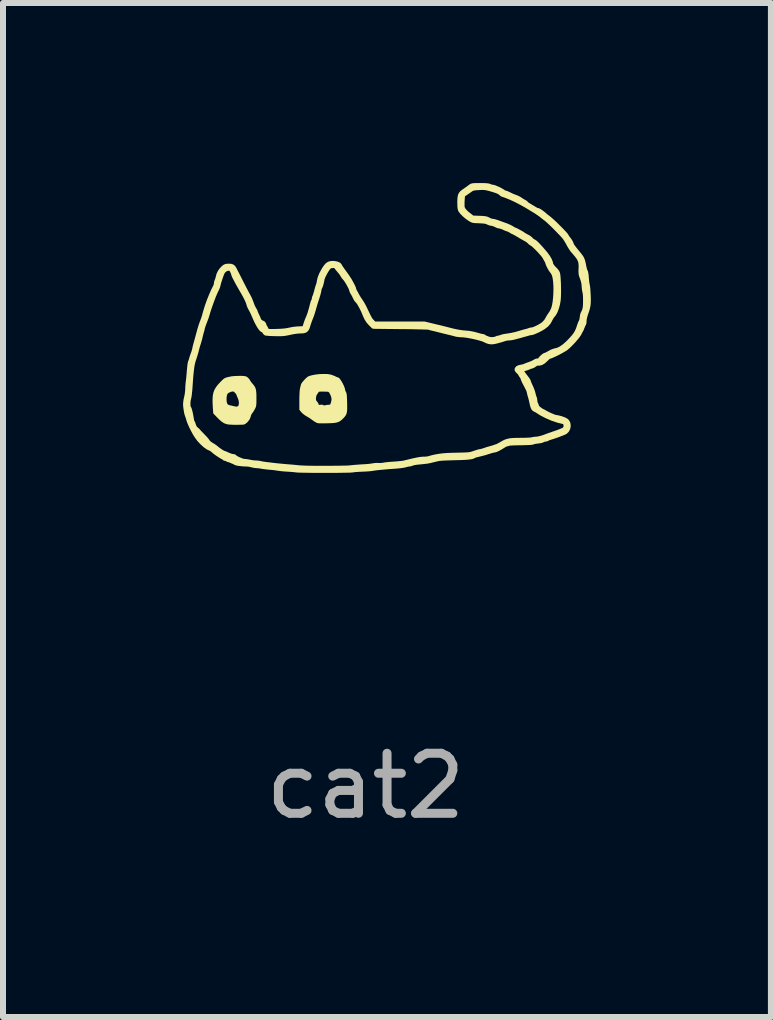
<source format=kicad_pcb>
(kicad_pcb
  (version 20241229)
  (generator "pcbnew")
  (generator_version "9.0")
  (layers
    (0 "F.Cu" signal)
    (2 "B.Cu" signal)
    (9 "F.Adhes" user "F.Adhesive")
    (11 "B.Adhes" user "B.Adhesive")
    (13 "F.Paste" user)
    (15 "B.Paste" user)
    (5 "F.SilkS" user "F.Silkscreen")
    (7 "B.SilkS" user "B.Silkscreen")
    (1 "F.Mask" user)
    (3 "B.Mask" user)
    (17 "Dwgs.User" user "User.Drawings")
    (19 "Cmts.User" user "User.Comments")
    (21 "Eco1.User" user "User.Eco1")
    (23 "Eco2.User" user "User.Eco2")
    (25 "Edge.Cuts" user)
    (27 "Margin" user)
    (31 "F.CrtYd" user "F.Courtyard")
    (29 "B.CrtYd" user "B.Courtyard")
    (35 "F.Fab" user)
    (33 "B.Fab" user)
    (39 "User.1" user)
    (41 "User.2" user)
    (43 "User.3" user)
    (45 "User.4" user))
  (footprint "cat2"
    (layer "F.Cu")
    (at 3.041 7.544)
    (property "Reference" "cat2" (at 0 -0.5 0) (unlocked yes) (layer "Eco2.User") (effects (font (size 1 1) (thickness 0.15))))
    (attr smd)
    (fp_line (start 2.639 -7.206) (end 2.893 -7.052) (stroke (width 0.1) (type solid)) (layer "F.SilkS"))
    (fp_poly (pts (xy -2.062 -4.332) (xy -2.03 -4.33) (xy -2.007 -4.327) (xy -1.99 -4.322) (xy -1.975 -4.314) (xy -1.972 -4.312) (xy -1.949 -4.291) (xy -1.931 -4.268) (xy -1.929 -4.264) (xy -1.915 -4.241) (xy -1.895 -4.214) (xy -1.888 -4.206) (xy -1.862 -4.176) (xy -1.844 -4.148) (xy -1.831 -4.118) (xy -1.824 -4.081) (xy -1.82 -4.035) (xy -1.819 -3.976) (xy -1.819 -3.963) (xy -1.819 -3.911) (xy -1.82 -3.873) (xy -1.822 -3.845) (xy -1.826 -3.824) (xy -1.832 -3.806) (xy -1.841 -3.787) (xy -1.841 -3.786) (xy -1.859 -3.754) (xy -1.878 -3.724) (xy -1.888 -3.712) (xy -1.906 -3.683) (xy -1.916 -3.65) (xy -1.917 -3.647) (xy -1.927 -3.618) (xy -1.947 -3.587) (xy -1.973 -3.557) (xy -2.001 -3.534) (xy -2.027 -3.521) (xy -2.034 -3.52) (xy -2.083 -3.518) (xy -2.137 -3.517) (xy -2.191 -3.517) (xy -2.238 -3.519) (xy -2.274 -3.521) (xy -2.28 -3.521) (xy -2.32 -3.529) (xy -2.357 -3.543) (xy -2.394 -3.566) (xy -2.435 -3.601) (xy -2.47 -3.636) (xy -2.538 -3.706) (xy -2.544 -3.783) (xy -2.549 -3.87) (xy -2.55 -3.934) (xy -2.317 -3.934) (xy -2.314 -3.899) (xy -2.308 -3.877) (xy -2.3 -3.861) (xy -2.287 -3.851) (xy -2.265 -3.843) (xy -2.241 -3.838) (xy -2.21 -3.831) (xy -2.187 -3.826) (xy -2.176 -3.823) (xy -2.145 -3.819) (xy -2.124 -3.83) (xy -2.116 -3.843) (xy -2.11 -3.881) (xy -2.117 -3.927) (xy -2.135 -3.974) (xy -2.146 -3.999) (xy -2.152 -4.016) (xy -2.153 -4.02) (xy -2.159 -4.031) (xy -2.174 -4.047) (xy -2.178 -4.052) (xy -2.194 -4.067) (xy -2.207 -4.072) (xy -2.225 -4.071) (xy -2.246 -4.065) (xy -2.275 -4.053) (xy -2.297 -4.038) (xy -2.302 -4.032) (xy -2.31 -4.008) (xy -2.316 -3.973) (xy -2.317 -3.934) (xy -2.55 -3.934) (xy -2.55 -3.942) (xy -2.546 -4.002) (xy -2.536 -4.053) (xy -2.519 -4.099) (xy -2.494 -4.142) (xy -2.462 -4.184) (xy -2.428 -4.221) (xy -2.397 -4.253) (xy -2.374 -4.275) (xy -2.354 -4.29) (xy -2.334 -4.3) (xy -2.31 -4.308) (xy -2.285 -4.314) (xy -2.232 -4.325) (xy -2.174 -4.33) (xy -2.108 -4.332)) (stroke (width 0) (type solid)) (fill yes) (layer "F.SilkS"))
    (fp_poly (pts (xy -0.642 -4.363) (xy -0.597 -4.357) (xy -0.566 -4.349) (xy -0.53 -4.336) (xy -0.512 -4.328) (xy -0.485 -4.315) (xy -0.464 -4.307) (xy -0.456 -4.305) (xy -0.442 -4.297) (xy -0.425 -4.277) (xy -0.405 -4.247) (xy -0.384 -4.212) (xy -0.366 -4.175) (xy -0.352 -4.141) (xy -0.343 -4.113) (xy -0.342 -4.103) (xy -0.337 -4.082) (xy -0.327 -4.062) (xy -0.321 -4.05) (xy -0.317 -4.033) (xy -0.313 -4.007) (xy -0.311 -3.97) (xy -0.309 -3.919) (xy -0.308 -3.89) (xy -0.307 -3.824) (xy -0.307 -3.774) (xy -0.311 -3.734) (xy -0.318 -3.703) (xy -0.329 -3.678) (xy -0.345 -3.655) (xy -0.367 -3.63) (xy -0.373 -3.624) (xy -0.401 -3.597) (xy -0.427 -3.578) (xy -0.455 -3.563) (xy -0.487 -3.554) (xy -0.529 -3.547) (xy -0.581 -3.544) (xy -0.649 -3.542) (xy -0.704 -3.541) (xy -0.744 -3.541) (xy -0.773 -3.542) (xy -0.794 -3.544) (xy -0.81 -3.548) (xy -0.824 -3.555) (xy -0.837 -3.562) (xy -0.866 -3.58) (xy -0.894 -3.6) (xy -0.902 -3.606) (xy -0.924 -3.622) (xy -0.955 -3.642) (xy -0.983 -3.658) (xy -1.021 -3.682) (xy -1.056 -3.711) (xy -1.071 -3.727) (xy -1.104 -3.767) (xy -1.104 -3.926) (xy -1.104 -3.944) (xy -0.828 -3.944) (xy -0.824 -3.925) (xy -0.812 -3.907) (xy -0.808 -3.903) (xy -0.792 -3.882) (xy -0.784 -3.864) (xy -0.784 -3.861) (xy -0.781 -3.851) (xy -0.77 -3.849) (xy -0.749 -3.851) (xy -0.721 -3.852) (xy -0.707 -3.846) (xy -0.693 -3.839) (xy -0.677 -3.842) (xy -0.648 -3.848) (xy -0.628 -3.85) (xy -0.607 -3.852) (xy -0.595 -3.853) (xy -0.587 -3.862) (xy -0.579 -3.884) (xy -0.572 -3.912) (xy -0.568 -3.94) (xy -0.568 -3.95) (xy -0.572 -3.973) (xy -0.582 -4.004) (xy -0.591 -4.023) (xy -0.604 -4.049) (xy -0.616 -4.063) (xy -0.63 -4.068) (xy -0.654 -4.069) (xy -0.656 -4.069) (xy -0.693 -4.07) (xy -0.724 -4.07) (xy -0.759 -4.07) (xy -0.777 -4.067) (xy -0.784 -4.061) (xy -0.79 -4.049) (xy -0.802 -4.034) (xy -0.817 -4.01) (xy -0.826 -3.976) (xy -0.826 -3.972) (xy -0.828 -3.944) (xy -1.104 -3.944) (xy -1.103 -3.993) (xy -1.101 -4.049) (xy -1.098 -4.093) (xy -1.093 -4.122) (xy -1.093 -4.125) (xy -1.085 -4.156) (xy -1.078 -4.183) (xy -1.077 -4.19) (xy -1.068 -4.208) (xy -1.049 -4.234) (xy -1.023 -4.264) (xy -1.016 -4.271) (xy -0.988 -4.299) (xy -0.966 -4.317) (xy -0.944 -4.328) (xy -0.916 -4.337) (xy -0.883 -4.345) (xy -0.828 -4.355) (xy -0.765 -4.362) (xy -0.701 -4.364)) (stroke (width 0) (type solid)) (fill yes) (layer "F.SilkS"))
    (fp_poly (pts (xy 1.909 -7.494) (xy 1.968 -7.494) (xy 2.01 -7.492) (xy 2.04 -7.488) (xy 2.059 -7.483) (xy 2.063 -7.481) (xy 2.087 -7.471) (xy 2.106 -7.468) (xy 2.128 -7.464) (xy 2.154 -7.456) (xy 2.155 -7.455) (xy 2.185 -7.442) (xy 2.216 -7.429) (xy 2.217 -7.428) (xy 2.245 -7.413) (xy 2.275 -7.395) (xy 2.279 -7.392) (xy 2.302 -7.377) (xy 2.321 -7.369) (xy 2.325 -7.369) (xy 2.341 -7.365) (xy 2.366 -7.354) (xy 2.389 -7.343) (xy 2.426 -7.325) (xy 2.467 -7.308) (xy 2.487 -7.301) (xy 2.521 -7.287) (xy 2.554 -7.27) (xy 2.568 -7.26) (xy 2.598 -7.241) (xy 2.629 -7.222) (xy 2.633 -7.22) (xy 2.653 -7.209) (xy 2.662 -7.2) (xy 2.662 -7.199) (xy 2.656 -7.199) (xy 2.639 -7.206) (xy 2.611 -7.22) (xy 2.57 -7.241) (xy 2.536 -7.259) (xy 2.506 -7.274) (xy 2.468 -7.292) (xy 2.426 -7.311) (xy 2.385 -7.328) (xy 2.348 -7.343) (xy 2.318 -7.354) (xy 2.3 -7.359) (xy 2.298 -7.36) (xy 2.281 -7.366) (xy 2.265 -7.379) (xy 2.247 -7.395) (xy 2.221 -7.41) (xy 2.185 -7.425) (xy 2.136 -7.441) (xy 2.074 -7.459) (xy 2.022 -7.472) (xy 1.987 -7.478) (xy 1.942 -7.48) (xy 1.885 -7.477) (xy 1.878 -7.477) (xy 1.834 -7.474) (xy 1.803 -7.47) (xy 1.781 -7.465) (xy 1.761 -7.456) (xy 1.74 -7.443) (xy 1.725 -7.432) (xy 1.693 -7.41) (xy 1.661 -7.388) (xy 1.639 -7.373) (xy 1.607 -7.352) (xy 1.6 -7.261) (xy 1.598 -7.218) (xy 1.598 -7.179) (xy 1.599 -7.148) (xy 1.6 -7.137) (xy 1.612 -7.105) (xy 1.638 -7.07) (xy 1.678 -7.03) (xy 1.724 -6.994) (xy 1.776 -6.953) (xy 1.89 -6.949) (xy 1.939 -6.947) (xy 1.975 -6.944) (xy 2 -6.94) (xy 2.02 -6.934) (xy 2.038 -6.925) (xy 2.042 -6.922) (xy 2.07 -6.909) (xy 2.097 -6.901) (xy 2.105 -6.9) (xy 2.127 -6.897) (xy 2.158 -6.889) (xy 2.189 -6.879) (xy 2.225 -6.866) (xy 2.258 -6.854) (xy 2.28 -6.846) (xy 2.308 -6.836) (xy 2.342 -6.824) (xy 2.353 -6.819) (xy 2.388 -6.804) (xy 2.423 -6.786) (xy 2.432 -6.78) (xy 2.455 -6.766) (xy 2.471 -6.757) (xy 2.475 -6.756) (xy 2.488 -6.752) (xy 2.511 -6.741) (xy 2.54 -6.725) (xy 2.571 -6.708) (xy 2.599 -6.692) (xy 2.617 -6.679) (xy 2.642 -6.663) (xy 2.673 -6.646) (xy 2.689 -6.638) (xy 2.716 -6.622) (xy 2.739 -6.604) (xy 2.746 -6.596) (xy 2.764 -6.577) (xy 2.788 -6.563) (xy 2.803 -6.555) (xy 2.821 -6.542) (xy 2.842 -6.522) (xy 2.87 -6.493) (xy 2.906 -6.454) (xy 2.93 -6.427) (xy 2.986 -6.361) (xy 3.028 -6.304) (xy 3.056 -6.255) (xy 3.071 -6.216) (xy 3.073 -6.2) (xy 3.079 -6.18) (xy 3.097 -6.152) (xy 3.122 -6.121) (xy 3.145 -6.098) (xy 3.168 -6.073) (xy 3.185 -6.046) (xy 3.189 -6.035) (xy 3.194 -6.011) (xy 3.198 -5.972) (xy 3.201 -5.922) (xy 3.204 -5.865) (xy 3.205 -5.805) (xy 3.206 -5.744) (xy 3.205 -5.686) (xy 3.203 -5.636) (xy 3.2 -5.596) (xy 3.199 -5.59) (xy 3.188 -5.527) (xy 3.171 -5.466) (xy 3.151 -5.413) (xy 3.128 -5.371) (xy 3.107 -5.345) (xy 3.092 -5.326) (xy 3.076 -5.299) (xy 3.07 -5.287) (xy 3.042 -5.235) (xy 3.007 -5.193) (xy 2.96 -5.156) (xy 2.957 -5.154) (xy 2.923 -5.133) (xy 2.883 -5.111) (xy 2.843 -5.092) (xy 2.806 -5.076) (xy 2.777 -5.065) (xy 2.762 -5.062) (xy 2.741 -5.059) (xy 2.717 -5.054) (xy 2.692 -5.046) (xy 2.654 -5.036) (xy 2.608 -5.023) (xy 2.559 -5.009) (xy 2.512 -4.997) (xy 2.473 -4.986) (xy 2.436 -4.978) (xy 2.4 -4.973) (xy 2.381 -4.972) (xy 2.346 -4.969) (xy 2.312 -4.96) (xy 2.309 -4.959) (xy 2.285 -4.951) (xy 2.25 -4.94) (xy 2.209 -4.929) (xy 2.189 -4.923) (xy 2.137 -4.911) (xy 2.095 -4.907) (xy 2.059 -4.912) (xy 2.021 -4.925) (xy 1.993 -4.939) (xy 1.961 -4.953) (xy 1.915 -4.967) (xy 1.86 -4.982) (xy 1.799 -4.996) (xy 1.738 -5.008) (xy 1.68 -5.018) (xy 1.629 -5.024) (xy 1.594 -5.025) (xy 1.557 -5.028) (xy 1.515 -5.034) (xy 1.491 -5.04) (xy 1.46 -5.049) (xy 1.431 -5.056) (xy 1.399 -5.064) (xy 1.357 -5.074) (xy 1.336 -5.079) (xy 1.311 -5.085) (xy 1.276 -5.094) (xy 1.236 -5.104) (xy 1.225 -5.107) (xy 1.185 -5.117) (xy 1.146 -5.127) (xy 1.115 -5.134) (xy 1.11 -5.135) (xy 1.084 -5.141) (xy 1.064 -5.148) (xy 1.06 -5.15) (xy 1.05 -5.151) (xy 1.022 -5.153) (xy 0.981 -5.154) (xy 0.926 -5.156) (xy 0.861 -5.157) (xy 0.786 -5.159) (xy 0.704 -5.16) (xy 0.616 -5.161) (xy 0.593 -5.161) (xy 0.136 -5.166) (xy 0.095 -5.206) (xy 0.054 -5.252) (xy 0.022 -5.304) (xy -0.007 -5.369) (xy -0.008 -5.373) (xy -0.027 -5.418) (xy -0.049 -5.464) (xy -0.073 -5.509) (xy -0.096 -5.549) (xy -0.118 -5.579) (xy -0.134 -5.597) (xy -0.137 -5.599) (xy -0.145 -5.61) (xy -0.158 -5.632) (xy -0.167 -5.651) (xy -0.183 -5.683) (xy -0.199 -5.712) (xy -0.207 -5.724) (xy -0.219 -5.747) (xy -0.225 -5.766) (xy -0.225 -5.768) (xy -0.23 -5.785) (xy -0.242 -5.813) (xy -0.26 -5.847) (xy -0.28 -5.884) (xy -0.301 -5.918) (xy -0.32 -5.946) (xy -0.334 -5.963) (xy -0.355 -5.987) (xy -0.373 -6.016) (xy -0.374 -6.017) (xy -0.389 -6.042) (xy -0.411 -6.071) (xy -0.427 -6.09) (xy -0.45 -6.117) (xy -0.47 -6.142) (xy -0.48 -6.156) (xy -0.493 -6.17) (xy -0.508 -6.177) (xy -0.534 -6.179) (xy -0.543 -6.179) (xy -0.579 -6.176) (xy -0.604 -6.167) (xy -0.615 -6.159) (xy -0.634 -6.138) (xy -0.657 -6.105) (xy -0.681 -6.065) (xy -0.703 -6.023) (xy -0.722 -5.983) (xy -0.733 -5.951) (xy -0.735 -5.942) (xy -0.741 -5.909) (xy -0.749 -5.874) (xy -0.759 -5.842) (xy -0.768 -5.817) (xy -0.776 -5.805) (xy -0.776 -5.805) (xy -0.782 -5.793) (xy -0.784 -5.773) (xy -0.787 -5.754) (xy -0.794 -5.723) (xy -0.805 -5.683) (xy -0.819 -5.637) (xy -0.824 -5.622) (xy -0.841 -5.57) (xy -0.857 -5.517) (xy -0.871 -5.469) (xy -0.882 -5.43) (xy -0.883 -5.427) (xy -0.896 -5.383) (xy -0.912 -5.336) (xy -0.928 -5.297) (xy -0.928 -5.296) (xy -0.944 -5.255) (xy -0.96 -5.209) (xy -0.969 -5.179) (xy -0.982 -5.138) (xy -0.997 -5.112) (xy -1.017 -5.097) (xy -1.048 -5.09) (xy -1.089 -5.089) (xy -1.138 -5.086) (xy -1.197 -5.078) (xy -1.259 -5.066) (xy -1.261 -5.065) (xy -1.305 -5.056) (xy -1.342 -5.049) (xy -1.378 -5.045) (xy -1.417 -5.043) (xy -1.466 -5.043) (xy -1.505 -5.044) (xy -1.554 -5.045) (xy -1.598 -5.047) (xy -1.632 -5.05) (xy -1.654 -5.052) (xy -1.66 -5.054) (xy -1.673 -5.069) (xy -1.678 -5.082) (xy -1.684 -5.099) (xy -1.692 -5.104) (xy -1.709 -5.106) (xy -1.712 -5.106) (xy -1.725 -5.115) (xy -1.744 -5.138) (xy -1.766 -5.171) (xy -1.789 -5.212) (xy -1.812 -5.257) (xy -1.833 -5.304) (xy -1.834 -5.307) (xy -1.853 -5.351) (xy -1.872 -5.394) (xy -1.89 -5.429) (xy -1.902 -5.45) (xy -1.918 -5.48) (xy -1.931 -5.51) (xy -1.934 -5.522) (xy -1.945 -5.558) (xy -1.965 -5.606) (xy -1.994 -5.664) (xy -2.03 -5.729) (xy -2.046 -5.756) (xy -2.075 -5.806) (xy -2.104 -5.857) (xy -2.131 -5.906) (xy -2.154 -5.95) (xy -2.173 -5.986) (xy -2.185 -6.013) (xy -2.189 -6.026) (xy -2.189 -6.026) (xy -2.193 -6.043) (xy -2.203 -6.067) (xy -2.217 -6.094) (xy -2.23 -6.117) (xy -2.242 -6.132) (xy -2.246 -6.135) (xy -2.301 -6.133) (xy -2.346 -6.116) (xy -2.381 -6.084) (xy -2.39 -6.071) (xy -2.4 -6.051) (xy -2.413 -6.019) (xy -2.427 -5.98) (xy -2.441 -5.938) (xy -2.454 -5.898) (xy -2.463 -5.864) (xy -2.468 -5.841) (xy -2.469 -5.837) (xy -2.473 -5.823) (xy -2.483 -5.797) (xy -2.498 -5.766) (xy -2.503 -5.756) (xy -2.52 -5.719) (xy -2.541 -5.67) (xy -2.563 -5.612) (xy -2.586 -5.55) (xy -2.608 -5.487) (xy -2.628 -5.428) (xy -2.643 -5.378) (xy -2.644 -5.373) (xy -2.654 -5.341) (xy -2.668 -5.298) (xy -2.685 -5.253) (xy -2.695 -5.228) (xy -2.709 -5.19) (xy -2.721 -5.156) (xy -2.728 -5.132) (xy -2.73 -5.123) (xy -2.733 -5.103) (xy -2.738 -5.087) (xy -2.744 -5.068) (xy -2.752 -5.038) (xy -2.761 -5.003) (xy -2.762 -4.999) (xy -2.772 -4.956) (xy -2.785 -4.911) (xy -2.795 -4.877) (xy -2.808 -4.837) (xy -2.82 -4.792) (xy -2.826 -4.769) (xy -2.834 -4.737) (xy -2.846 -4.695) (xy -2.861 -4.648) (xy -2.87 -4.62) (xy -2.88 -4.591) (xy -2.888 -4.561) (xy -2.896 -4.528) (xy -2.902 -4.492) (xy -2.908 -4.448) (xy -2.914 -4.397) (xy -2.92 -4.335) (xy -2.926 -4.26) (xy -2.932 -4.171) (xy -2.937 -4.102) (xy -2.942 -4.055) (xy -2.947 -4.009) (xy -2.954 -3.972) (xy -2.959 -3.95) (xy -2.965 -3.923) (xy -2.968 -3.891) (xy -2.968 -3.857) (xy -2.967 -3.826) (xy -2.963 -3.803) (xy -2.956 -3.792) (xy -2.955 -3.792) (xy -2.949 -3.783) (xy -2.942 -3.761) (xy -2.933 -3.727) (xy -2.924 -3.686) (xy -2.916 -3.641) (xy -2.912 -3.616) (xy -2.906 -3.584) (xy -2.899 -3.561) (xy -2.893 -3.55) (xy -2.893 -3.55) (xy -2.885 -3.539) (xy -2.883 -3.531) (xy -2.879 -3.514) (xy -2.869 -3.489) (xy -2.86 -3.471) (xy -2.844 -3.442) (xy -2.832 -3.423) (xy -2.824 -3.414) (xy -2.823 -3.418) (xy -2.826 -3.427) (xy -2.824 -3.431) (xy -2.814 -3.422) (xy -2.801 -3.408) (xy -2.78 -3.384) (xy -2.751 -3.354) (xy -2.72 -3.322) (xy -2.712 -3.313) (xy -2.684 -3.285) (xy -2.661 -3.258) (xy -2.645 -3.237) (xy -2.642 -3.231) (xy -2.627 -3.212) (xy -2.599 -3.189) (xy -2.57 -3.171) (xy -2.539 -3.152) (xy -2.513 -3.134) (xy -2.497 -3.121) (xy -2.495 -3.12) (xy -2.482 -3.108) (xy -2.459 -3.091) (xy -2.432 -3.072) (xy -2.405 -3.054) (xy -2.382 -3.041) (xy -2.368 -3.035) (xy -2.367 -3.035) (xy -2.355 -3.031) (xy -2.332 -3.022) (xy -2.303 -3.009) (xy -2.301 -3.008) (xy -2.267 -2.994) (xy -2.237 -2.984) (xy -2.216 -2.981) (xy -2.197 -2.978) (xy -2.189 -2.973) (xy -2.182 -2.964) (xy -2.161 -2.951) (xy -2.132 -2.936) (xy -2.099 -2.922) (xy -2.066 -2.909) (xy -2.038 -2.901) (xy -2.023 -2.899) (xy -1.994 -2.897) (xy -1.957 -2.891) (xy -1.933 -2.886) (xy -1.894 -2.879) (xy -1.854 -2.874) (xy -1.834 -2.873) (xy -1.799 -2.871) (xy -1.767 -2.866) (xy -1.757 -2.864) (xy -1.745 -2.861) (xy -1.731 -2.858) (xy -1.712 -2.855) (xy -1.686 -2.851) (xy -1.65 -2.846) (xy -1.603 -2.841) (xy -1.542 -2.833) (xy -1.487 -2.827) (xy -1.446 -2.823) (xy -1.395 -2.818) (xy -1.339 -2.813) (xy -1.293 -2.809) (xy -1.24 -2.805) (xy -1.186 -2.8) (xy -1.138 -2.795) (xy -1.104 -2.792) (xy -1.075 -2.79) (xy -1.031 -2.788) (xy -0.974 -2.786) (xy -0.907 -2.785) (xy -0.833 -2.784) (xy -0.754 -2.784) (xy -0.672 -2.784) (xy -0.591 -2.784) (xy -0.512 -2.785) (xy -0.439 -2.785) (xy -0.374 -2.787) (xy -0.319 -2.788) (xy -0.277 -2.79) (xy -0.252 -2.792) (xy -0.219 -2.796) (xy -0.172 -2.8) (xy -0.118 -2.804) (xy -0.063 -2.808) (xy -0.044 -2.809) (xy 0.008 -2.812) (xy 0.056 -2.816) (xy 0.096 -2.821) (xy 0.124 -2.825) (xy 0.132 -2.827) (xy 0.162 -2.831) (xy 0.198 -2.832) (xy 0.212 -2.831) (xy 0.248 -2.83) (xy 0.286 -2.834) (xy 0.297 -2.836) (xy 0.321 -2.84) (xy 0.359 -2.845) (xy 0.405 -2.849) (xy 0.455 -2.853) (xy 0.469 -2.854) (xy 0.519 -2.857) (xy 0.567 -2.862) (xy 0.607 -2.866) (xy 0.635 -2.87) (xy 0.64 -2.871) (xy 0.718 -2.89) (xy 0.78 -2.905) (xy 0.83 -2.916) (xy 0.869 -2.924) (xy 0.9 -2.93) (xy 0.925 -2.933) (xy 0.947 -2.935) (xy 0.967 -2.936) (xy 0.968 -2.936) (xy 1.004 -2.937) (xy 1.038 -2.941) (xy 1.054 -2.945) (xy 1.116 -2.962) (xy 1.174 -2.975) (xy 1.234 -2.985) (xy 1.297 -2.993) (xy 1.369 -2.998) (xy 1.452 -3.001) (xy 1.511 -3.002) (xy 1.58 -3.004) (xy 1.635 -3.005) (xy 1.676 -3.007) (xy 1.709 -3.009) (xy 1.734 -3.012) (xy 1.756 -3.016) (xy 1.777 -3.022) (xy 1.8 -3.029) (xy 1.813 -3.034) (xy 1.85 -3.046) (xy 1.882 -3.056) (xy 1.904 -3.061) (xy 1.91 -3.062) (xy 1.927 -3.065) (xy 1.954 -3.072) (xy 1.987 -3.083) (xy 1.988 -3.083) (xy 2.028 -3.097) (xy 2.076 -3.111) (xy 2.122 -3.123) (xy 2.126 -3.125) (xy 2.203 -3.151) (xy 2.261 -3.182) (xy 2.298 -3.204) (xy 2.331 -3.221) (xy 2.366 -3.233) (xy 2.404 -3.242) (xy 2.45 -3.247) (xy 2.508 -3.249) (xy 2.579 -3.25) (xy 2.581 -3.25) (xy 2.636 -3.25) (xy 2.687 -3.252) (xy 2.73 -3.254) (xy 2.761 -3.257) (xy 2.775 -3.259) (xy 2.806 -3.266) (xy 2.84 -3.269) (xy 2.843 -3.269) (xy 2.872 -3.272) (xy 2.912 -3.281) (xy 2.956 -3.293) (xy 2.998 -3.308) (xy 3.014 -3.314) (xy 3.028 -3.32) (xy 3.057 -3.33) (xy 3.095 -3.343) (xy 3.14 -3.359) (xy 3.167 -3.368) (xy 3.215 -3.385) (xy 3.258 -3.402) (xy 3.293 -3.417) (xy 3.316 -3.428) (xy 3.322 -3.433) (xy 3.341 -3.46) (xy 3.348 -3.492) (xy 3.346 -3.525) (xy 3.335 -3.553) (xy 3.315 -3.573) (xy 3.301 -3.578) (xy 3.207 -3.601) (xy 3.11 -3.634) (xy 3.016 -3.675) (xy 2.93 -3.72) (xy 2.883 -3.75) (xy 2.857 -3.767) (xy 2.834 -3.779) (xy 2.825 -3.783) (xy 2.811 -3.792) (xy 2.799 -3.814) (xy 2.787 -3.85) (xy 2.776 -3.902) (xy 2.775 -3.904) (xy 2.767 -3.941) (xy 2.758 -3.976) (xy 2.753 -3.994) (xy 2.743 -4.026) (xy 2.736 -4.058) (xy 2.735 -4.062) (xy 2.732 -4.077) (xy 2.726 -4.094) (xy 2.718 -4.114) (xy 2.704 -4.142) (xy 2.684 -4.181) (xy 2.659 -4.228) (xy 2.645 -4.257) (xy 2.635 -4.281) (xy 2.631 -4.295) (xy 2.626 -4.31) (xy 2.613 -4.331) (xy 2.608 -4.337) (xy 2.594 -4.358) (xy 2.587 -4.372) (xy 2.586 -4.375) (xy 2.58 -4.385) (xy 2.564 -4.401) (xy 2.559 -4.406) (xy 2.542 -4.423) (xy 2.532 -4.437) (xy 2.532 -4.439) (xy 2.541 -4.452) (xy 2.566 -4.463) (xy 2.604 -4.471) (xy 2.63 -4.476) (xy 2.649 -4.482) (xy 2.653 -4.484) (xy 2.666 -4.49) (xy 2.691 -4.5) (xy 2.722 -4.511) (xy 2.725 -4.512) (xy 2.763 -4.526) (xy 2.798 -4.542) (xy 2.822 -4.555) (xy 2.845 -4.568) (xy 2.865 -4.573) (xy 2.87 -4.572) (xy 2.888 -4.57) (xy 2.904 -4.576) (xy 2.91 -4.586) (xy 2.917 -4.598) (xy 2.932 -4.617) (xy 2.953 -4.638) (xy 2.973 -4.655) (xy 2.989 -4.665) (xy 2.992 -4.666) (xy 3.005 -4.67) (xy 3.03 -4.681) (xy 3.06 -4.698) (xy 3.068 -4.702) (xy 3.102 -4.721) (xy 3.135 -4.734) (xy 3.16 -4.741) (xy 3.163 -4.742) (xy 3.208 -4.753) (xy 3.26 -4.778) (xy 3.316 -4.817) (xy 3.374 -4.868) (xy 3.388 -4.882) (xy 3.437 -4.933) (xy 3.475 -4.976) (xy 3.504 -5.014) (xy 3.526 -5.05) (xy 3.545 -5.089) (xy 3.562 -5.134) (xy 3.569 -5.158) (xy 3.581 -5.191) (xy 3.592 -5.218) (xy 3.6 -5.233) (xy 3.6 -5.233) (xy 3.607 -5.249) (xy 3.613 -5.276) (xy 3.616 -5.297) (xy 3.62 -5.329) (xy 3.626 -5.355) (xy 3.63 -5.365) (xy 3.646 -5.398) (xy 3.658 -5.427) (xy 3.665 -5.457) (xy 3.67 -5.493) (xy 3.672 -5.539) (xy 3.672 -5.571) (xy 3.672 -5.642) (xy 3.668 -5.697) (xy 3.662 -5.733) (xy 3.654 -5.769) (xy 3.65 -5.81) (xy 3.649 -5.827) (xy 3.645 -5.875) (xy 3.632 -5.929) (xy 3.61 -5.992) (xy 3.606 -6.001) (xy 3.598 -6.033) (xy 3.596 -6.074) (xy 3.597 -6.102) (xy 3.599 -6.165) (xy 3.595 -6.216) (xy 3.584 -6.259) (xy 3.565 -6.297) (xy 3.55 -6.32) (xy 3.523 -6.355) (xy 3.494 -6.39) (xy 3.473 -6.414) (xy 3.45 -6.441) (xy 3.425 -6.479) (xy 3.401 -6.518) (xy 3.397 -6.526) (xy 3.376 -6.565) (xy 3.354 -6.602) (xy 3.335 -6.632) (xy 3.331 -6.637) (xy 3.311 -6.662) (xy 3.28 -6.697) (xy 3.241 -6.738) (xy 3.198 -6.782) (xy 3.154 -6.827) (xy 3.11 -6.87) (xy 3.07 -6.907) (xy 3.038 -6.937) (xy 3.018 -6.953) (xy 2.967 -6.992) (xy 2.925 -7.026) (xy 2.893 -7.052) (xy 2.874 -7.068) (xy 2.872 -7.071) (xy 2.869 -7.077) (xy 2.877 -7.074) (xy 2.893 -7.065) (xy 2.914 -7.051) (xy 2.937 -7.034) (xy 2.958 -7.018) (xy 2.969 -7.008) (xy 2.998 -6.983) (xy 3.032 -6.957) (xy 3.05 -6.943) (xy 3.069 -6.927) (xy 3.096 -6.903) (xy 3.13 -6.872) (xy 3.166 -6.837) (xy 3.204 -6.799) (xy 3.241 -6.762) (xy 3.275 -6.727) (xy 3.303 -6.697) (xy 3.323 -6.674) (xy 3.333 -6.661) (xy 3.334 -6.659) (xy 3.339 -6.648) (xy 3.353 -6.627) (xy 3.37 -6.606) (xy 3.391 -6.577) (xy 3.408 -6.548) (xy 3.415 -6.531) (xy 3.421 -6.514) (xy 3.43 -6.496) (xy 3.445 -6.474) (xy 3.466 -6.445) (xy 3.496 -6.408) (xy 3.535 -6.36) (xy 3.538 -6.357) (xy 3.565 -6.323) (xy 3.585 -6.294) (xy 3.599 -6.266) (xy 3.61 -6.233) (xy 3.62 -6.19) (xy 3.627 -6.152) (xy 3.635 -6.117) (xy 3.643 -6.089) (xy 3.649 -6.072) (xy 3.651 -6.07) (xy 3.656 -6.059) (xy 3.661 -6.034) (xy 3.666 -5.999) (xy 3.668 -5.971) (xy 3.672 -5.927) (xy 3.677 -5.886) (xy 3.682 -5.854) (xy 3.685 -5.841) (xy 3.689 -5.819) (xy 3.693 -5.784) (xy 3.696 -5.739) (xy 3.699 -5.689) (xy 3.7 -5.67) (xy 3.702 -5.606) (xy 3.701 -5.555) (xy 3.697 -5.51) (xy 3.688 -5.466) (xy 3.674 -5.418) (xy 3.654 -5.36) (xy 3.653 -5.357) (xy 3.642 -5.319) (xy 3.634 -5.28) (xy 3.631 -5.252) (xy 3.63 -5.225) (xy 3.626 -5.206) (xy 3.623 -5.201) (xy 3.616 -5.188) (xy 3.606 -5.165) (xy 3.599 -5.148) (xy 3.588 -5.119) (xy 3.577 -5.097) (xy 3.572 -5.089) (xy 3.56 -5.069) (xy 3.556 -5.058) (xy 3.543 -5.034) (xy 3.52 -5.001) (xy 3.488 -4.962) (xy 3.453 -4.921) (xy 3.414 -4.88) (xy 3.377 -4.843) (xy 3.343 -4.813) (xy 3.334 -4.805) (xy 3.309 -4.788) (xy 3.274 -4.768) (xy 3.233 -4.745) (xy 3.189 -4.722) (xy 3.146 -4.701) (xy 3.108 -4.684) (xy 3.078 -4.671) (xy 3.059 -4.666) (xy 3.057 -4.666) (xy 3.043 -4.659) (xy 3.023 -4.643) (xy 3.001 -4.622) (xy 2.957 -4.581) (xy 2.918 -4.558) (xy 2.883 -4.552) (xy 2.875 -4.553) (xy 2.854 -4.553) (xy 2.831 -4.543) (xy 2.813 -4.531) (xy 2.789 -4.515) (xy 2.768 -4.505) (xy 2.761 -4.503) (xy 2.743 -4.499) (xy 2.722 -4.49) (xy 2.701 -4.481) (xy 2.67 -4.47) (xy 2.641 -4.461) (xy 2.611 -4.452) (xy 2.589 -4.442) (xy 2.58 -4.434) (xy 2.582 -4.417) (xy 2.596 -4.389) (xy 2.622 -4.351) (xy 2.658 -4.304) (xy 2.66 -4.301) (xy 2.681 -4.274) (xy 2.696 -4.251) (xy 2.703 -4.238) (xy 2.703 -4.237) (xy 2.707 -4.224) (xy 2.716 -4.2) (xy 2.73 -4.167) (xy 2.739 -4.149) (xy 2.756 -4.11) (xy 2.77 -4.072) (xy 2.779 -4.042) (xy 2.781 -4.034) (xy 2.788 -4.003) (xy 2.797 -3.977) (xy 2.799 -3.972) (xy 2.807 -3.948) (xy 2.811 -3.918) (xy 2.811 -3.913) (xy 2.815 -3.885) (xy 2.823 -3.863) (xy 2.825 -3.86) (xy 2.836 -3.838) (xy 2.838 -3.823) (xy 2.846 -3.805) (xy 2.87 -3.781) (xy 2.883 -3.771) (xy 2.907 -3.753) (xy 2.925 -3.741) (xy 2.932 -3.737) (xy 2.942 -3.733) (xy 2.962 -3.723) (xy 2.98 -3.712) (xy 3.014 -3.694) (xy 3.054 -3.674) (xy 3.093 -3.657) (xy 3.127 -3.643) (xy 3.152 -3.634) (xy 3.158 -3.633) (xy 3.203 -3.625) (xy 3.25 -3.613) (xy 3.292 -3.598) (xy 3.326 -3.582) (xy 3.344 -3.569) (xy 3.361 -3.54) (xy 3.367 -3.503) (xy 3.361 -3.465) (xy 3.344 -3.431) (xy 3.32 -3.408) (xy 3.303 -3.399) (xy 3.272 -3.386) (xy 3.232 -3.371) (xy 3.188 -3.354) (xy 3.144 -3.339) (xy 3.102 -3.325) (xy 3.069 -3.315) (xy 3.065 -3.314) (xy 3.041 -3.306) (xy 3.025 -3.297) (xy 3.025 -3.297) (xy 3.009 -3.289) (xy 2.992 -3.287) (xy 2.966 -3.282) (xy 2.949 -3.274) (xy 2.931 -3.266) (xy 2.901 -3.259) (xy 2.866 -3.255) (xy 2.864 -3.254) (xy 2.83 -3.25) (xy 2.802 -3.245) (xy 2.786 -3.239) (xy 2.785 -3.238) (xy 2.771 -3.235) (xy 2.739 -3.231) (xy 2.691 -3.229) (xy 2.627 -3.227) (xy 2.579 -3.226) (xy 2.506 -3.225) (xy 2.449 -3.223) (xy 2.406 -3.22) (xy 2.381 -3.217) (xy 2.373 -3.214) (xy 2.359 -3.208) (xy 2.353 -3.209) (xy 2.342 -3.207) (xy 2.321 -3.198) (xy 2.297 -3.184) (xy 2.247 -3.153) (xy 2.204 -3.129) (xy 2.171 -3.113) (xy 2.151 -3.107) (xy 2.149 -3.107) (xy 2.131 -3.104) (xy 2.102 -3.097) (xy 2.065 -3.086) (xy 2.026 -3.074) (xy 2.014 -3.07) (xy 1.989 -3.062) (xy 1.957 -3.053) (xy 1.937 -3.048) (xy 1.885 -3.035) (xy 1.847 -3.026) (xy 1.822 -3.019) (xy 1.807 -3.013) (xy 1.798 -3.009) (xy 1.798 -3.009) (xy 1.781 -3) (xy 1.754 -2.993) (xy 1.716 -2.988) (xy 1.664 -2.983) (xy 1.597 -2.98) (xy 1.515 -2.978) (xy 1.482 -2.977) (xy 1.418 -2.975) (xy 1.357 -2.973) (xy 1.303 -2.971) (xy 1.258 -2.968) (xy 1.227 -2.965) (xy 1.214 -2.963) (xy 1.151 -2.949) (xy 1.074 -2.93) (xy 1.05 -2.925) (xy 1.026 -2.92) (xy 0.99 -2.916) (xy 0.946 -2.911) (xy 0.906 -2.907) (xy 0.862 -2.903) (xy 0.822 -2.897) (xy 0.79 -2.891) (xy 0.774 -2.886) (xy 0.748 -2.876) (xy 0.726 -2.872) (xy 0.704 -2.87) (xy 0.674 -2.862) (xy 0.662 -2.859) (xy 0.638 -2.853) (xy 0.6 -2.847) (xy 0.554 -2.841) (xy 0.505 -2.837) (xy 0.498 -2.836) (xy 0.394 -2.829) (xy 0.303 -2.821) (xy 0.226 -2.814) (xy 0.163 -2.807) (xy 0.117 -2.8) (xy 0.113 -2.799) (xy 0.082 -2.795) (xy 0.039 -2.791) (xy -0.01 -2.788) (xy -0.054 -2.786) (xy -0.103 -2.784) (xy -0.15 -2.781) (xy -0.189 -2.778) (xy -0.214 -2.774) (xy -0.233 -2.772) (xy -0.268 -2.77) (xy -0.316 -2.769) (xy -0.375 -2.768) (xy -0.444 -2.767) (xy -0.519 -2.766) (xy -0.599 -2.766) (xy -0.681 -2.766) (xy -0.764 -2.766) (xy -0.844 -2.766) (xy -0.92 -2.767) (xy -0.989 -2.768) (xy -1.049 -2.769) (xy -1.098 -2.77) (xy -1.134 -2.772) (xy -1.153 -2.773) (xy -1.179 -2.777) (xy -1.217 -2.78) (xy -1.262 -2.784) (xy -1.297 -2.786) (xy -1.345 -2.789) (xy -1.391 -2.793) (xy -1.43 -2.798) (xy -1.451 -2.801) (xy -1.481 -2.805) (xy -1.523 -2.811) (xy -1.57 -2.816) (xy -1.599 -2.818) (xy -1.645 -2.823) (xy -1.688 -2.828) (xy -1.723 -2.833) (xy -1.739 -2.836) (xy -1.775 -2.842) (xy -1.813 -2.845) (xy -1.82 -2.845) (xy -1.855 -2.849) (xy -1.891 -2.857) (xy -1.897 -2.859) (xy -1.926 -2.866) (xy -1.963 -2.871) (xy -1.991 -2.872) (xy -2.035 -2.874) (xy -2.078 -2.878) (xy -2.117 -2.883) (xy -2.147 -2.889) (xy -2.166 -2.896) (xy -2.17 -2.899) (xy -2.18 -2.908) (xy -2.183 -2.909) (xy -2.198 -2.913) (xy -2.22 -2.922) (xy -2.23 -2.927) (xy -2.256 -2.937) (xy -2.276 -2.944) (xy -2.281 -2.944) (xy -2.299 -2.951) (xy -2.306 -2.958) (xy -2.321 -2.966) (xy -2.33 -2.966) (xy -2.341 -2.966) (xy -2.343 -2.971) (xy -2.35 -2.98) (xy -2.354 -2.981) (xy -2.368 -2.986) (xy -2.392 -2.999) (xy -2.422 -3.018) (xy -2.456 -3.04) (xy -2.487 -3.062) (xy -2.514 -3.083) (xy -2.531 -3.098) (xy -2.552 -3.116) (xy -2.573 -3.128) (xy -2.575 -3.129) (xy -2.618 -3.149) (xy -2.666 -3.182) (xy -2.715 -3.227) (xy -2.763 -3.278) (xy -2.805 -3.335) (xy -2.806 -3.337) (xy -2.83 -3.375) (xy -2.856 -3.422) (xy -2.882 -3.472) (xy -2.905 -3.522) (xy -2.924 -3.566) (xy -2.936 -3.6) (xy -2.938 -3.607) (xy -2.946 -3.637) (xy -2.955 -3.662) (xy -2.958 -3.67) (xy -2.966 -3.693) (xy -2.975 -3.728) (xy -2.982 -3.77) (xy -2.988 -3.813) (xy -2.991 -3.85) (xy -2.991 -3.86) (xy -2.989 -3.892) (xy -2.983 -3.932) (xy -2.974 -3.974) (xy -2.973 -3.976) (xy -2.964 -4.021) (xy -2.958 -4.07) (xy -2.955 -4.111) (xy -2.954 -4.153) (xy -2.95 -4.199) (xy -2.947 -4.229) (xy -2.943 -4.258) (xy -2.938 -4.3) (xy -2.934 -4.35) (xy -2.929 -4.402) (xy -2.929 -4.412) (xy -2.924 -4.46) (xy -2.92 -4.503) (xy -2.915 -4.536) (xy -2.91 -4.557) (xy -2.909 -4.561) (xy -2.899 -4.583) (xy -2.892 -4.611) (xy -2.892 -4.611) (xy -2.884 -4.638) (xy -2.873 -4.672) (xy -2.865 -4.693) (xy -2.852 -4.728) (xy -2.842 -4.765) (xy -2.838 -4.783) (xy -2.831 -4.816) (xy -2.821 -4.854) (xy -2.816 -4.873) (xy -2.808 -4.901) (xy -2.797 -4.941) (xy -2.784 -4.988) (xy -2.771 -5.037) (xy -2.77 -5.039) (xy -2.757 -5.089) (xy -2.742 -5.139) (xy -2.728 -5.183) (xy -2.716 -5.215) (xy -2.716 -5.215) (xy -2.702 -5.252) (xy -2.689 -5.288) (xy -2.676 -5.33) (xy -2.662 -5.382) (xy -2.654 -5.409) (xy -2.63 -5.488) (xy -2.599 -5.575) (xy -2.563 -5.665) (xy -2.525 -5.751) (xy -2.49 -5.82) (xy -2.481 -5.847) (xy -2.478 -5.868) (xy -2.474 -5.895) (xy -2.467 -5.912) (xy -2.458 -5.935) (xy -2.45 -5.962) (xy -2.45 -5.963) (xy -2.436 -6.016) (xy -2.417 -6.056) (xy -2.392 -6.091) (xy -2.377 -6.108) (xy -2.353 -6.131) (xy -2.335 -6.143) (xy -2.315 -6.149) (xy -2.288 -6.151) (xy -2.287 -6.151) (xy -2.251 -6.15) (xy -2.227 -6.143) (xy -2.21 -6.127) (xy -2.194 -6.1) (xy -2.185 -6.081) (xy -2.169 -6.05) (xy -2.147 -6.008) (xy -2.122 -5.959) (xy -2.095 -5.905) (xy -2.083 -5.881) (xy -2.054 -5.825) (xy -2.027 -5.772) (xy -2.002 -5.725) (xy -1.982 -5.687) (xy -1.967 -5.661) (xy -1.964 -5.654) (xy -1.947 -5.623) (xy -1.93 -5.583) (xy -1.916 -5.546) (xy -1.902 -5.507) (xy -1.886 -5.47) (xy -1.871 -5.442) (xy -1.857 -5.419) (xy -1.848 -5.401) (xy -1.847 -5.395) (xy -1.843 -5.383) (xy -1.833 -5.36) (xy -1.82 -5.332) (xy -1.806 -5.303) (xy -1.796 -5.28) (xy -1.793 -5.268) (xy -1.786 -5.252) (xy -1.77 -5.233) (xy -1.75 -5.216) (xy -1.733 -5.207) (xy -1.729 -5.206) (xy -1.713 -5.198) (xy -1.702 -5.178) (xy -1.699 -5.164) (xy -1.693 -5.15) (xy -1.684 -5.137) (xy -1.671 -5.115) (xy -1.663 -5.096) (xy -1.659 -5.084) (xy -1.652 -5.074) (xy -1.639 -5.068) (xy -1.617 -5.065) (xy -1.585 -5.063) (xy -1.54 -5.063) (xy -1.482 -5.064) (xy -1.409 -5.067) (xy -1.348 -5.072) (xy -1.295 -5.08) (xy -1.262 -5.087) (xy -1.206 -5.098) (xy -1.148 -5.105) (xy -1.106 -5.107) (xy -1.056 -5.109) (xy -1.023 -5.115) (xy -1.005 -5.126) (xy -1 -5.139) (xy -0.997 -5.157) (xy -0.988 -5.186) (xy -0.976 -5.222) (xy -0.963 -5.258) (xy -0.949 -5.29) (xy -0.945 -5.301) (xy -0.934 -5.327) (xy -0.92 -5.366) (xy -0.906 -5.413) (xy -0.892 -5.463) (xy -0.88 -5.51) (xy -0.874 -5.533) (xy -0.867 -5.558) (xy -0.859 -5.576) (xy -0.857 -5.578) (xy -0.849 -5.594) (xy -0.847 -5.612) (xy -0.844 -5.633) (xy -0.839 -5.644) (xy -0.833 -5.656) (xy -0.825 -5.681) (xy -0.815 -5.715) (xy -0.81 -5.733) (xy -0.8 -5.772) (xy -0.79 -5.806) (xy -0.782 -5.831) (xy -0.779 -5.837) (xy -0.772 -5.859) (xy -0.765 -5.89) (xy -0.763 -5.906) (xy -0.751 -5.958) (xy -0.727 -6.019) (xy -0.691 -6.086) (xy -0.678 -6.107) (xy -0.65 -6.148) (xy -0.626 -6.174) (xy -0.6 -6.189) (xy -0.57 -6.196) (xy -0.547 -6.197) (xy -0.51 -6.194) (xy -0.477 -6.186) (xy -0.453 -6.175) (xy -0.442 -6.162) (xy -0.442 -6.16) (xy -0.436 -6.149) (xy -0.422 -6.127) (xy -0.401 -6.097) (xy -0.376 -6.061) (xy -0.37 -6.054) (xy -0.341 -6.014) (xy -0.313 -5.974) (xy -0.29 -5.939) (xy -0.274 -5.914) (xy -0.274 -5.913) (xy -0.247 -5.864) (xy -0.228 -5.828) (xy -0.216 -5.803) (xy -0.209 -5.786) (xy -0.207 -5.775) (xy -0.207 -5.775) (xy -0.203 -5.758) (xy -0.191 -5.735) (xy -0.187 -5.729) (xy -0.17 -5.698) (xy -0.153 -5.666) (xy -0.152 -5.664) (xy -0.138 -5.639) (xy -0.118 -5.607) (xy -0.099 -5.579) (xy -0.079 -5.549) (xy -0.055 -5.509) (xy -0.031 -5.463) (xy -0.016 -5.432) (xy 0.011 -5.375) (xy 0.032 -5.331) (xy 0.049 -5.298) (xy 0.063 -5.273) (xy 0.076 -5.254) (xy 0.09 -5.238) (xy 0.103 -5.224) (xy 0.138 -5.188) (xy 0.975 -5.188) (xy 1.161 -5.143) (xy 1.225 -5.128) (xy 1.29 -5.112) (xy 1.353 -5.096) (xy 1.408 -5.082) (xy 1.45 -5.071) (xy 1.451 -5.071) (xy 1.535 -5.053) (xy 1.616 -5.041) (xy 1.644 -5.039) (xy 1.72 -5.032) (xy 1.792 -5.019) (xy 1.868 -4.998) (xy 1.883 -4.994) (xy 1.912 -4.986) (xy 1.936 -4.981) (xy 1.943 -4.981) (xy 1.964 -4.975) (xy 1.973 -4.967) (xy 1.988 -4.956) (xy 1.996 -4.954) (xy 2.011 -4.95) (xy 2.033 -4.94) (xy 2.033 -4.94) (xy 2.065 -4.931) (xy 2.105 -4.927) (xy 2.146 -4.931) (xy 2.177 -4.94) (xy 2.2 -4.95) (xy 2.218 -4.954) (xy 2.236 -4.957) (xy 2.26 -4.965) (xy 2.263 -4.966) (xy 2.289 -4.975) (xy 2.324 -4.982) (xy 2.347 -4.985) (xy 2.419 -4.996) (xy 2.498 -5.013) (xy 2.576 -5.035) (xy 2.608 -5.045) (xy 2.635 -5.053) (xy 2.667 -5.061) (xy 2.674 -5.063) (xy 2.702 -5.07) (xy 2.725 -5.078) (xy 2.73 -5.08) (xy 2.752 -5.087) (xy 2.771 -5.089) (xy 2.796 -5.094) (xy 2.83 -5.107) (xy 2.871 -5.126) (xy 2.912 -5.148) (xy 2.951 -5.172) (xy 2.972 -5.188) (xy 3.016 -5.233) (xy 3.04 -5.273) (xy 3.058 -5.306) (xy 3.078 -5.337) (xy 3.089 -5.353) (xy 3.105 -5.376) (xy 3.123 -5.41) (xy 3.139 -5.445) (xy 3.153 -5.493) (xy 3.164 -5.553) (xy 3.172 -5.621) (xy 3.177 -5.694) (xy 3.179 -5.769) (xy 3.178 -5.841) (xy 3.173 -5.909) (xy 3.165 -5.968) (xy 3.154 -6.014) (xy 3.145 -6.036) (xy 3.132 -6.06) (xy 3.122 -6.076) (xy 3.118 -6.08) (xy 3.108 -6.092) (xy 3.093 -6.115) (xy 3.076 -6.144) (xy 3.061 -6.173) (xy 3.05 -6.198) (xy 3.045 -6.212) (xy 3.041 -6.23) (xy 3.029 -6.254) (xy 3.023 -6.265) (xy 3.008 -6.291) (xy 2.996 -6.313) (xy 2.993 -6.319) (xy 2.981 -6.337) (xy 2.959 -6.365) (xy 2.93 -6.398) (xy 2.897 -6.434) (xy 2.863 -6.469) (xy 2.831 -6.5) (xy 2.804 -6.525) (xy 2.785 -6.539) (xy 2.783 -6.54) (xy 2.758 -6.556) (xy 2.739 -6.573) (xy 2.736 -6.577) (xy 2.721 -6.591) (xy 2.695 -6.609) (xy 2.674 -6.621) (xy 2.645 -6.637) (xy 2.606 -6.659) (xy 2.566 -6.683) (xy 2.551 -6.692) (xy 2.518 -6.711) (xy 2.49 -6.727) (xy 2.472 -6.736) (xy 2.467 -6.738) (xy 2.455 -6.743) (xy 2.435 -6.754) (xy 2.426 -6.76) (xy 2.403 -6.774) (xy 2.386 -6.782) (xy 2.382 -6.783) (xy 2.369 -6.787) (xy 2.344 -6.796) (xy 2.314 -6.809) (xy 2.313 -6.81) (xy 2.281 -6.824) (xy 2.253 -6.833) (xy 2.235 -6.837) (xy 2.235 -6.837) (xy 2.212 -6.841) (xy 2.201 -6.845) (xy 2.153 -6.868) (xy 2.115 -6.88) (xy 2.1 -6.882) (xy 2.077 -6.886) (xy 2.049 -6.897) (xy 2.043 -6.9) (xy 2.02 -6.91) (xy 1.992 -6.917) (xy 1.954 -6.921) (xy 1.904 -6.924) (xy 1.846 -6.926) (xy 1.813 -6.928) (xy 1.789 -6.932) (xy 1.765 -6.943) (xy 1.735 -6.962) (xy 1.73 -6.965) (xy 1.688 -6.996) (xy 1.648 -7.031) (xy 1.614 -7.066) (xy 1.591 -7.097) (xy 1.589 -7.101) (xy 1.583 -7.12) (xy 1.579 -7.153) (xy 1.578 -7.193) (xy 1.577 -7.237) (xy 1.579 -7.279) (xy 1.583 -7.314) (xy 1.587 -7.332) (xy 1.596 -7.353) (xy 1.612 -7.372) (xy 1.639 -7.394) (xy 1.656 -7.405) (xy 1.689 -7.428) (xy 1.721 -7.451) (xy 1.745 -7.469) (xy 1.746 -7.47) (xy 1.759 -7.48) (xy 1.771 -7.486) (xy 1.786 -7.491) (xy 1.806 -7.493) (xy 1.836 -7.494) (xy 1.879 -7.494)) (stroke (width 0.1) (type solid)) (fill yes) (layer "F.SilkS"))
    (fp_text user "${REFERENCE}" (at 0 2.5 0) (unlocked yes) (layer "F.Fab") (effects (font (size 1 1) (thickness 0.15)))))
  (gr_rect
    (start -3 -3)
    (end 9.793 13.893)
    (stroke (width 0.1) (type default))
    (fill no)
    (layer "Edge.Cuts")))
</source>
